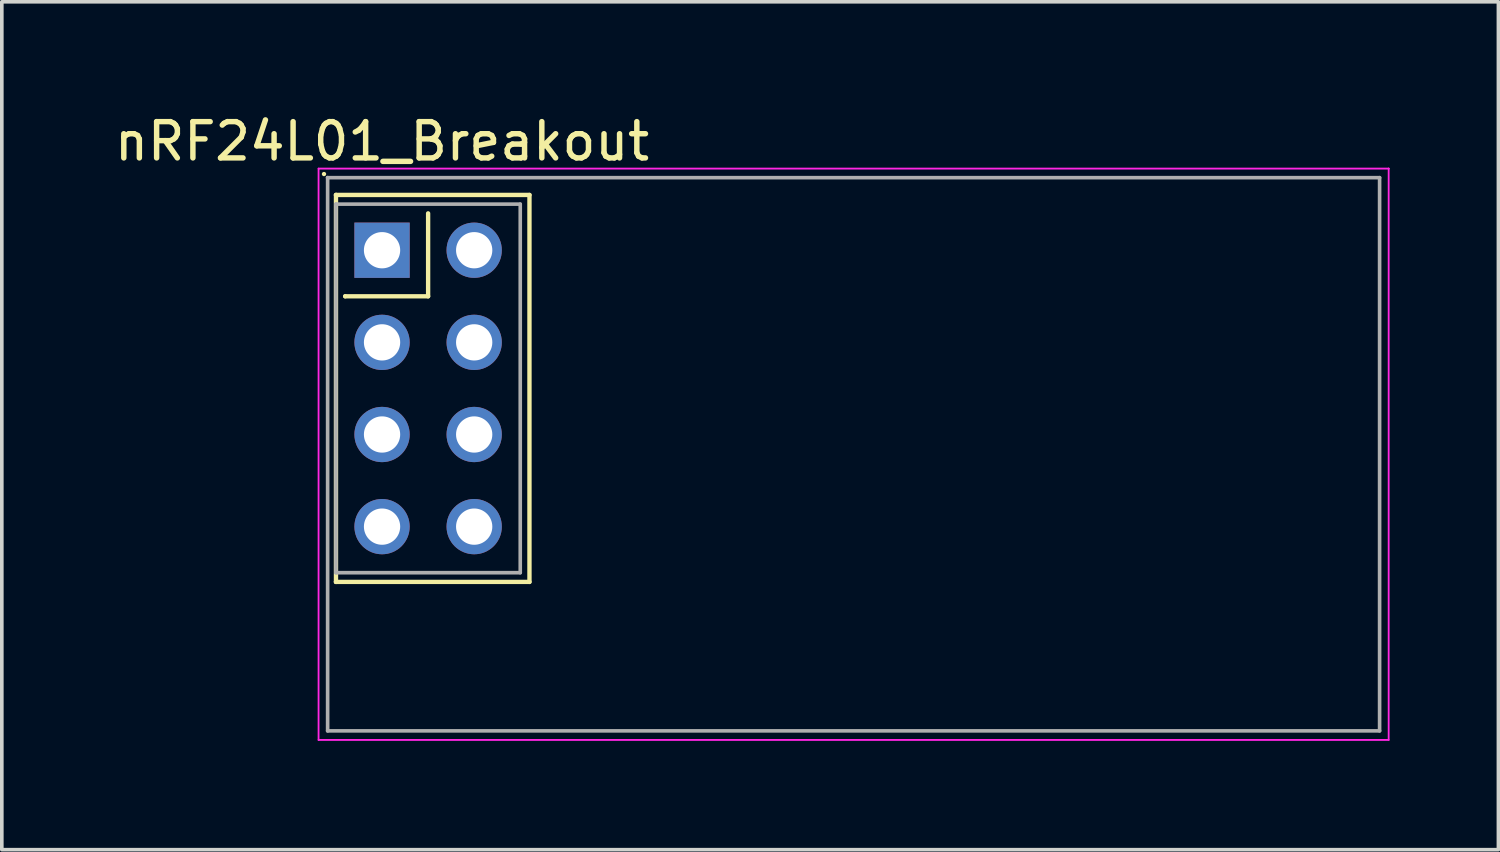
<source format=kicad_pcb>
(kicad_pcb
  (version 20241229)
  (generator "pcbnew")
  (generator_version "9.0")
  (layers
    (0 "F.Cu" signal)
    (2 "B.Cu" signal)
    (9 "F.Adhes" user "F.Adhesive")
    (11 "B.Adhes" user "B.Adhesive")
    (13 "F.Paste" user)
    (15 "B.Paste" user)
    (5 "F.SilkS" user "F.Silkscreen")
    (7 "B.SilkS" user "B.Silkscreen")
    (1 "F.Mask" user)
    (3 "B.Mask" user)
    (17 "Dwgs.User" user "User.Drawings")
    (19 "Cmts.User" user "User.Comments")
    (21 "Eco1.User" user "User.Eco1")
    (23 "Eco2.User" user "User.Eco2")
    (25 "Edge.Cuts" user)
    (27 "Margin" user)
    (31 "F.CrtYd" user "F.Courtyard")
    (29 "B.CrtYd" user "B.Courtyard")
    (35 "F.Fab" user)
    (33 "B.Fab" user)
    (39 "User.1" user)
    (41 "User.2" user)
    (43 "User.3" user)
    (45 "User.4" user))
  (footprint "nRF24L01_Breakout"
    (layer "F.Cu")
    (at 7.482 3.848)
    (property "Reference" "nRF24L01_Breakout" (at 0 -3 0) (layer "F.SilkS") (effects (font (size 1 1) (thickness 0.15))))
    (attr through_hole)
    (fp_line (start -1.6 -2.1) (end -1.6 -2.1) (stroke (width 0.12) (type solid)) (layer "F.SilkS"))
    (fp_line (start -1.27 -1.524) (end -1.27 -1.524) (stroke (width 0.12) (type solid)) (layer "F.SilkS"))
    (fp_line (start -1.27 -1.524) (end 4.064 -1.524) (stroke (width 0.12) (type solid)) (layer "F.SilkS"))
    (fp_line (start -1.27 9.144) (end -1.27 -1.524) (stroke (width 0.12) (type solid)) (layer "F.SilkS"))
    (fp_line (start -1.27 9.144) (end -1.27 9.144) (stroke (width 0.12) (type solid)) (layer "F.SilkS"))
    (fp_line (start -1.016 1.27) (end -1.016 1.27) (stroke (width 0.12) (type solid)) (layer "F.SilkS"))
    (fp_line (start 1.27 -1.016) (end 1.27 1.27) (stroke (width 0.12) (type solid)) (layer "F.SilkS"))
    (fp_line (start 1.27 1.27) (end -1.016 1.27) (stroke (width 0.12) (type solid)) (layer "F.SilkS"))
    (fp_line (start 4.064 -1.524) (end 4.064 9.144) (stroke (width 0.12) (type solid)) (layer "F.SilkS"))
    (fp_line (start 4.064 9.144) (end -1.27 9.144) (stroke (width 0.12) (type solid)) (layer "F.SilkS"))
    (fp_line (start -1.75 -2.25) (end -1.75 13.5) (stroke (width 0.05) (type solid)) (layer "F.CrtYd"))
    (fp_line (start -1.75 13.5) (end 27.75 13.5) (stroke (width 0.05) (type solid)) (layer "F.CrtYd"))
    (fp_line (start 27.75 -2.25) (end -1.75 -2.25) (stroke (width 0.05) (type solid)) (layer "F.CrtYd"))
    (fp_line (start 27.75 -2.25) (end 27.75 -2.25) (stroke (width 0.05) (type solid)) (layer "F.CrtYd"))
    (fp_line (start 27.75 13.5) (end 27.75 -2.25) (stroke (width 0.05) (type solid)) (layer "F.CrtYd"))
    (fp_line (start -1.5 -2) (end -1.5 -2) (stroke (width 0.1) (type solid)) (layer "F.Fab"))
    (fp_line (start -1.5 -2) (end 27.5 -2) (stroke (width 0.1) (type solid)) (layer "F.Fab"))
    (fp_line (start -1.5 13.25) (end -1.5 -2) (stroke (width 0.1) (type solid)) (layer "F.Fab"))
    (fp_line (start -1.27 -1.27) (end -1.27 -1.27) (stroke (width 0.1) (type solid)) (layer "F.Fab"))
    (fp_line (start -1.27 -1.27) (end 3.81 -1.27) (stroke (width 0.1) (type solid)) (layer "F.Fab"))
    (fp_line (start -1.27 8.89) (end -1.27 -1.27) (stroke (width 0.1) (type solid)) (layer "F.Fab"))
    (fp_line (start 3.81 -1.27) (end 3.81 8.89) (stroke (width 0.1) (type solid)) (layer "F.Fab"))
    (fp_line (start 3.81 8.89) (end -1.27 8.89) (stroke (width 0.1) (type solid)) (layer "F.Fab"))
    (fp_line (start 27.5 -2) (end 27.5 13.25) (stroke (width 0.1) (type solid)) (layer "F.Fab"))
    (fp_line (start 27.5 13.25) (end -1.5 13.25) (stroke (width 0.1) (type solid)) (layer "F.Fab"))
    (pad "1" thru_hole rect (at 0 0) (size 1.524 1.524) (drill 1) (layers "*.Cu" "*.Mask"))
    (pad "2" thru_hole circle (at 2.54 0) (size 1.524 1.524) (drill 1) (layers "*.Cu" "*.Mask"))
    (pad "3" thru_hole circle (at 0 2.54) (size 1.524 1.524) (drill 1) (layers "*.Cu" "*.Mask"))
    (pad "4" thru_hole circle (at 2.54 2.54) (size 1.524 1.524) (drill 1) (layers "*.Cu" "*.Mask"))
    (pad "5" thru_hole circle (at 0 5.08) (size 1.524 1.524) (drill 1) (layers "*.Cu" "*.Mask"))
    (pad "6" thru_hole circle (at 2.54 5.08 90) (size 1.524 1.524) (drill 1) (layers "*.Cu" "*.Mask"))
    (pad "7" thru_hole circle (at 0 7.62 90) (size 1.524 1.524) (drill 1) (layers "*.Cu" "*.Mask"))
    (pad "8" thru_hole circle (at 2.54 7.62) (size 1.524 1.524) (drill 1) (layers "*.Cu" "*.Mask")))
  (gr_rect
    (start -3 -3)
    (end 38.257 20.373)
    (stroke (width 0.1) (type default))
    (fill no)
    (layer "Edge.Cuts")))
</source>
